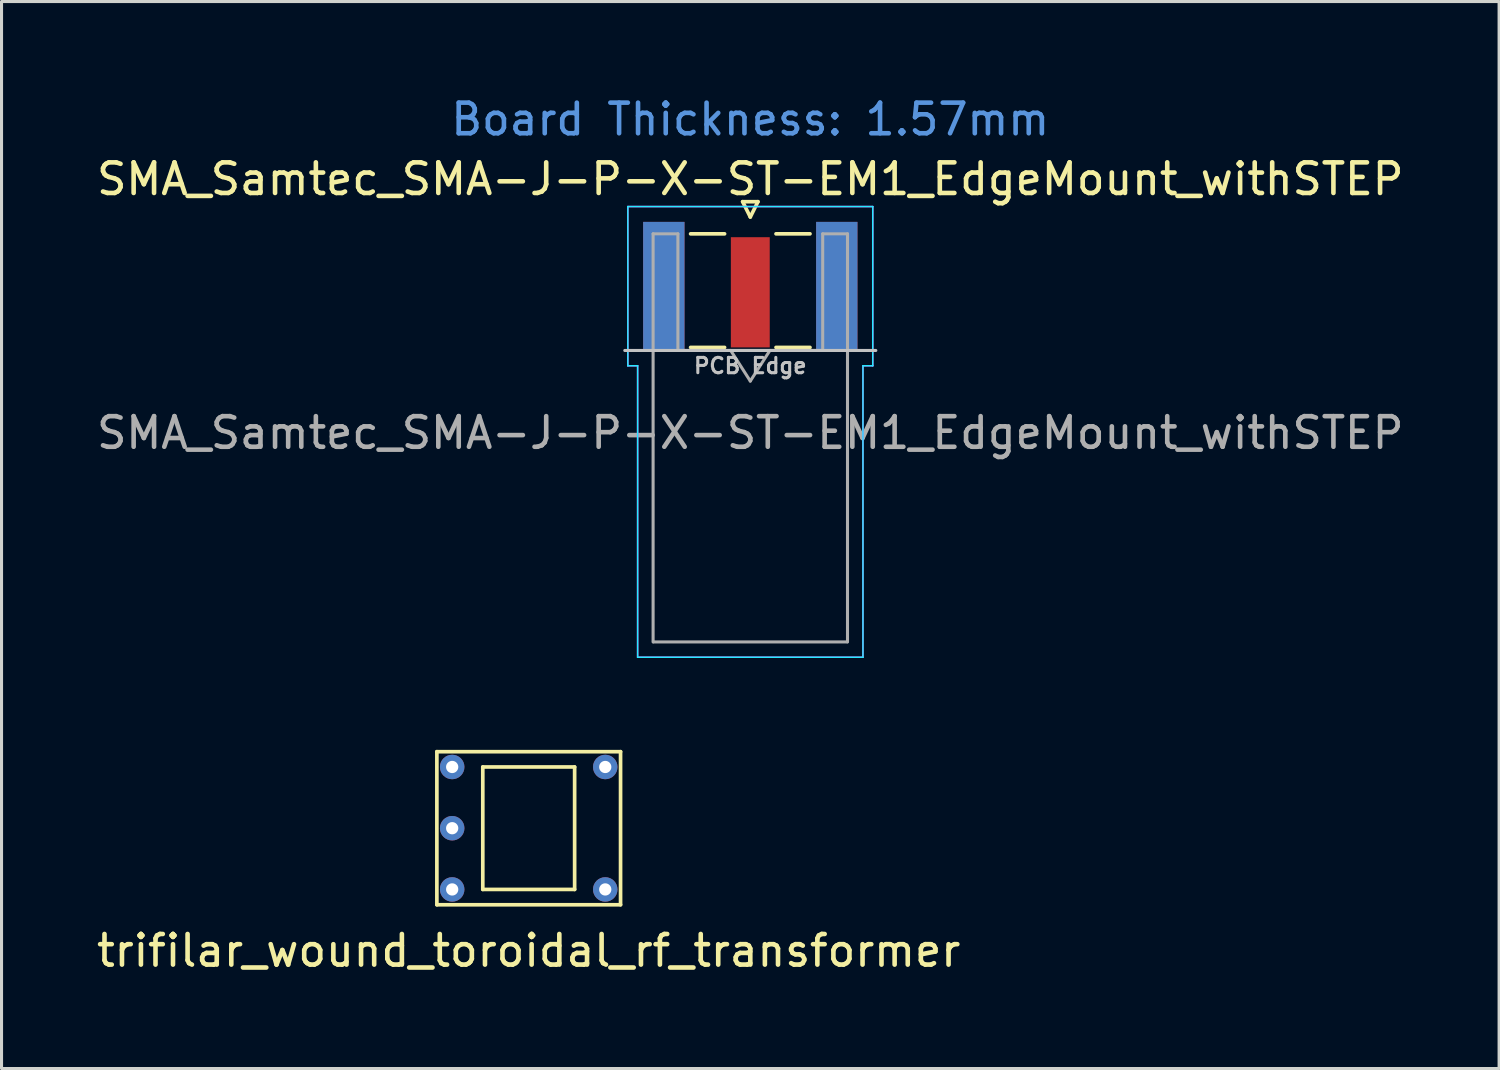
<source format=kicad_pcb>
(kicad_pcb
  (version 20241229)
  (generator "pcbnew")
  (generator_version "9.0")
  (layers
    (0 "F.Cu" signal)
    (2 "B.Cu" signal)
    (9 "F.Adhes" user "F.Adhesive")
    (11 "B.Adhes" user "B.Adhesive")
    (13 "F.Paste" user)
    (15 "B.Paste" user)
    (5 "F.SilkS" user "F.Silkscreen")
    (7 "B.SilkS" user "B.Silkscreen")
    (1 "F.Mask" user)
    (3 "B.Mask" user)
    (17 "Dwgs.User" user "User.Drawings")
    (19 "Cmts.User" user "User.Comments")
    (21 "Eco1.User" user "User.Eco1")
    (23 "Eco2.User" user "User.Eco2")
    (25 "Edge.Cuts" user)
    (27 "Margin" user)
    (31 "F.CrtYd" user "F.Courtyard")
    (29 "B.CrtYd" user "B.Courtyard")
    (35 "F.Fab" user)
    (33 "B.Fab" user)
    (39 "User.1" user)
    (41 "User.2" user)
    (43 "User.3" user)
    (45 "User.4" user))
  (footprint "trifilar_wound_toroidal_rf_transformer"
    (layer "F.Cu")
    (at 14.22 24.003)
    (property "Reference" "trifilar_wound_toroidal_rf_transformer" (at 0 4 0) (layer "F.SilkS") (effects (font (size 1 1) (thickness 0.15))))
    (attr through_hole)
    (fp_line (start -3 -2.5) (end 3 -2.5) (stroke (width 0.12) (type solid)) (layer "F.SilkS"))
    (fp_line (start -3 2.5) (end -3 -2.5) (stroke (width 0.12) (type solid)) (layer "F.SilkS"))
    (fp_line (start -1.5 -2) (end 1.5 -2) (stroke (width 0.12) (type solid)) (layer "F.SilkS"))
    (fp_line (start -1.5 2) (end -1.5 -2) (stroke (width 0.12) (type solid)) (layer "F.SilkS"))
    (fp_line (start 1.5 -2) (end 1.5 2) (stroke (width 0.12) (type solid)) (layer "F.SilkS"))
    (fp_line (start 1.5 2) (end -1.5 2) (stroke (width 0.12) (type solid)) (layer "F.SilkS"))
    (fp_line (start 3 -2.5) (end 3 2.5) (stroke (width 0.12) (type solid)) (layer "F.SilkS"))
    (fp_line (start 3 2.5) (end -3 2.5) (stroke (width 0.12) (type solid)) (layer "F.SilkS"))
    (pad "1" thru_hole circle (at 2.5 -2) (size 0.8 0.8) (drill 0.4) (layers "*.Cu" "*.Mask"))
    (pad "2" thru_hole circle (at 2.5 2) (size 0.8 0.8) (drill 0.4) (layers "*.Cu" "*.Mask"))
    (pad "3" thru_hole circle (at -2.5 2) (size 0.8 0.8) (drill 0.4) (layers "*.Cu" "*.Mask"))
    (pad "4" thru_hole circle (at -2.5 0) (size 0.8 0.8) (drill 0.4) (layers "*.Cu" "*.Mask"))
    (pad "5" thru_hole circle (at -2.5 -2) (size 0.8 0.8) (drill 0.4) (layers "*.Cu" "*.Mask")))
  (footprint "SMA_Samtec_SMA-J-P-X-ST-EM1_EdgeMount_withSTEP"
    (layer "F.Cu")
    (at 21.458 6.298)
    (property "Reference" "SMA_Samtec_SMA-J-P-X-ST-EM1_EdgeMount_withSTEP" (at 0 -3.5 0) (layer "F.SilkS") (effects (font (size 1 1) (thickness 0.15))))
    (attr smd)
    (fp_line (start -1.95 -1.71) (end -0.84 -1.71) (stroke (width 0.12) (type solid)) (layer "F.SilkS"))
    (fp_line (start -1.95 2) (end -0.84 2) (stroke (width 0.12) (type solid)) (layer "F.SilkS"))
    (fp_line (start -0.25 -2.76) (end 0 -2.26) (stroke (width 0.12) (type solid)) (layer "F.SilkS"))
    (fp_line (start 0 -2.26) (end 0.25 -2.76) (stroke (width 0.12) (type solid)) (layer "F.SilkS"))
    (fp_line (start 0.25 -2.76) (end -0.25 -2.76) (stroke (width 0.12) (type solid)) (layer "F.SilkS"))
    (fp_line (start 0.84 -1.71) (end 1.95 -1.71) (stroke (width 0.12) (type solid)) (layer "F.SilkS"))
    (fp_line (start 0.84 2) (end 1.95 2) (stroke (width 0.12) (type solid)) (layer "F.SilkS"))
    (fp_line (start 4.1 2.1) (end -4.1 2.1) (stroke (width 0.1) (type solid)) (layer "Dwgs.User"))
    (fp_line (start -4 -2.6) (end 4 -2.6) (stroke (width 0.05) (type solid)) (layer "B.CrtYd"))
    (fp_line (start -4 2.6) (end -4 -2.6) (stroke (width 0.05) (type solid)) (layer "B.CrtYd"))
    (fp_line (start -3.68 2.6) (end -4 2.6) (stroke (width 0.05) (type solid)) (layer "B.CrtYd"))
    (fp_line (start -3.68 12.12) (end -3.68 2.6) (stroke (width 0.05) (type solid)) (layer "B.CrtYd"))
    (fp_line (start 3.68 2.6) (end 3.68 12.12) (stroke (width 0.05) (type solid)) (layer "B.CrtYd"))
    (fp_line (start 3.68 12.12) (end -3.68 12.12) (stroke (width 0.05) (type solid)) (layer "B.CrtYd"))
    (fp_line (start 4 2.6) (end 3.68 2.6) (stroke (width 0.05) (type solid)) (layer "B.CrtYd"))
    (fp_line (start 4 2.6) (end 4 -2.6) (stroke (width 0.05) (type solid)) (layer "B.CrtYd"))
    (fp_line (start -4 -2.6) (end 4 -2.6) (stroke (width 0.05) (type solid)) (layer "F.CrtYd"))
    (fp_line (start -4 2.6) (end -4 -2.6) (stroke (width 0.05) (type solid)) (layer "F.CrtYd"))
    (fp_line (start -3.68 2.6) (end -4 2.6) (stroke (width 0.05) (type solid)) (layer "F.CrtYd"))
    (fp_line (start -3.68 12.12) (end -3.68 2.6) (stroke (width 0.05) (type solid)) (layer "F.CrtYd"))
    (fp_line (start 3.68 2.6) (end 3.68 12.12) (stroke (width 0.05) (type solid)) (layer "F.CrtYd"))
    (fp_line (start 3.68 2.6) (end 4 2.6) (stroke (width 0.05) (type solid)) (layer "F.CrtYd"))
    (fp_line (start 3.68 12.12) (end -3.68 12.12) (stroke (width 0.05) (type solid)) (layer "F.CrtYd"))
    (fp_line (start 4 2.6) (end 4 -2.6) (stroke (width 0.05) (type solid)) (layer "F.CrtYd"))
    (fp_line (start -3.175 -1.71) (end -3.175 11.62) (stroke (width 0.1) (type solid)) (layer "F.Fab"))
    (fp_line (start -2.365 -1.71) (end -3.175 -1.71) (stroke (width 0.1) (type solid)) (layer "F.Fab"))
    (fp_line (start -2.365 2.1) (end -2.365 -1.71) (stroke (width 0.1) (type solid)) (layer "F.Fab"))
    (fp_line (start 0 3.1) (end -0.64 2.1) (stroke (width 0.1) (type solid)) (layer "F.Fab"))
    (fp_line (start 0.64 2.1) (end 0 3.1) (stroke (width 0.1) (type solid)) (layer "F.Fab"))
    (fp_line (start 2.365 -1.71) (end 2.365 2.1) (stroke (width 0.1) (type solid)) (layer "F.Fab"))
    (fp_line (start 2.365 2.1) (end -2.365 2.1) (stroke (width 0.1) (type solid)) (layer "F.Fab"))
    (fp_line (start 3.165 11.62) (end -3.165 11.62) (stroke (width 0.1) (type solid)) (layer "F.Fab"))
    (fp_line (start 3.175 -1.71) (end 2.365 -1.71) (stroke (width 0.1) (type solid)) (layer "F.Fab"))
    (fp_line (start 3.175 -1.71) (end 3.175 11.62) (stroke (width 0.1) (type solid)) (layer "F.Fab"))
    (fp_text user "PCB Edge" (at 0 2.6 0) (layer "Dwgs.User") (effects (font (size 0.5 0.5) (thickness 0.1))))
    (fp_text user "Board Thickness: 1.57mm" (at 0 -5.45 0) (layer "Cmts.User") (effects (font (size 1 1) (thickness 0.15))))
    (fp_text user "${REFERENCE}" (at 0 4.79 180) (layer "F.Fab") (effects (font (size 1 1) (thickness 0.15))))
    (pad "1" smd rect (at 0 0.2) (size 1.27 3.6) (layers "F.Cu" "F.Mask" "F.Paste"))
    (pad "2" smd rect (at -2.825 0) (size 1.35 4.2) (layers "F.Cu" "F.Mask" "F.Paste"))
    (pad "2" smd rect (at -2.825 0) (size 1.35 4.2) (layers "B.Cu" "B.Mask" "B.Paste"))
    (pad "2" smd rect (at 2.825 0) (size 1.35 4.2) (layers "F.Cu" "F.Mask" "F.Paste"))
    (pad "2" smd rect (at 2.825 0) (size 1.35 4.2) (layers "B.Cu" "B.Mask" "B.Paste")))
  (gr_rect
    (start -3 -3)
    (end 45.917 31.852)
    (stroke (width 0.1) (type default))
    (fill no)
    (layer "Edge.Cuts")))
</source>
